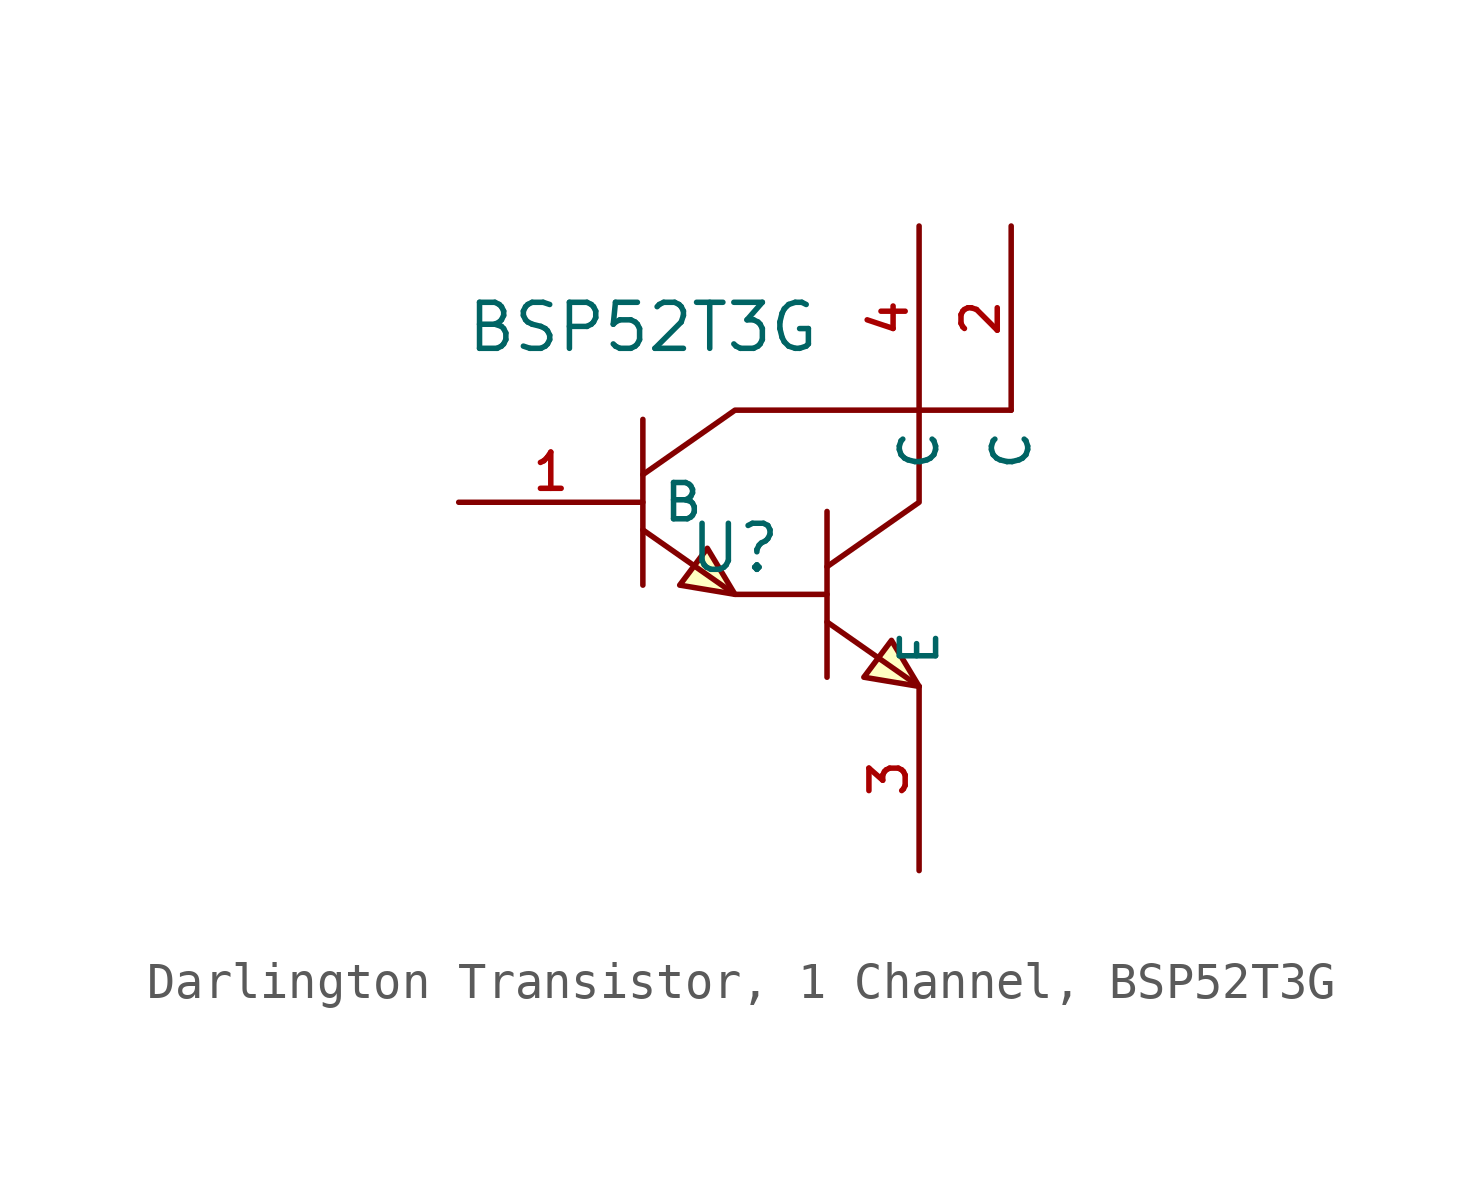
<source format=kicad_sym>
(kicad_symbol_lib
  (version 20231120)
  (generator "CDFER_Archive_Tool")
  (generator_version "0.0")
  (symbol "Darlington Transistor, 1 Channel, BSP52T3G"
    (property "Reference" "U"
      (at 0 1.27 0)
      (effects (font (size 1.27 1.27))))
    (property "Value" "BSP52T3G"
      (at -2.54 7.366 0)
      (effects (font (size 1.27 1.27))))
    (symbol "Darlington Transistor, 1 Channel, BSP52T3G_0_1"
      (polyline (pts (xy -2.54 4.826) (xy -2.54 0.254)) (stroke (width 0) (type default)) (fill (type none)))
      (polyline (pts (xy 2.54 -0.762) (xy 5.08 -2.54)) (stroke (width 0) (type default)) (fill (type none)))
      (polyline (pts (xy 2.54 2.286) (xy 2.54 -2.286)) (stroke (width 0) (type default)) (fill (type none)))
      (polyline (pts (xy 5.08 5.08) (xy 7.62 5.08)) (stroke (width 0) (type default)) (fill (type none)))
      (polyline (pts (xy -2.54 1.778) (xy 0 0) (xy 2.54 0)) (stroke (width 0) (type default)) (fill (type none)))
      (polyline (pts (xy -2.54 3.302) (xy 0 5.08) (xy 5.08 5.08)) (stroke (width 0) (type default)) (fill (type none)))
      (polyline (pts (xy 2.54 0.762) (xy 5.08 2.54) (xy 5.08 5.08)) (stroke (width 0) (type default)) (fill (type none)))
      (polyline (pts (xy 0 0) (xy -0.762 1.27) (xy -1.524 0.254) (xy 0 0)) (stroke (width 0) (type default)) (fill (type background)))
      (polyline (pts (xy 5.08 -2.54) (xy 4.318 -1.27) (xy 3.556 -2.286) (xy 5.08 -2.54)) (stroke (width 0) (type default)) (fill (type background)))
      (pin unspecified line (at -7.62 2.54 0) (length 5.08) (name "B" (effects (font (size 1 1)))) (number "1" (effects (font (size 1 1)))))
      (pin unspecified line (at 7.62 10.16 270) (length 5.08) (name "C" (effects (font (size 1 1)))) (number "2" (effects (font (size 1 1)))))
      (pin unspecified line (at 5.08 -7.62 90) (length 5.08) (name "E" (effects (font (size 1 1)))) (number "3" (effects (font (size 1 1)))))
      (pin unspecified line (at 5.08 10.16 270) (length 5.08) (name "C" (effects (font (size 1 1)))) (number "4" (effects (font (size 1 1))))))))
</source>
